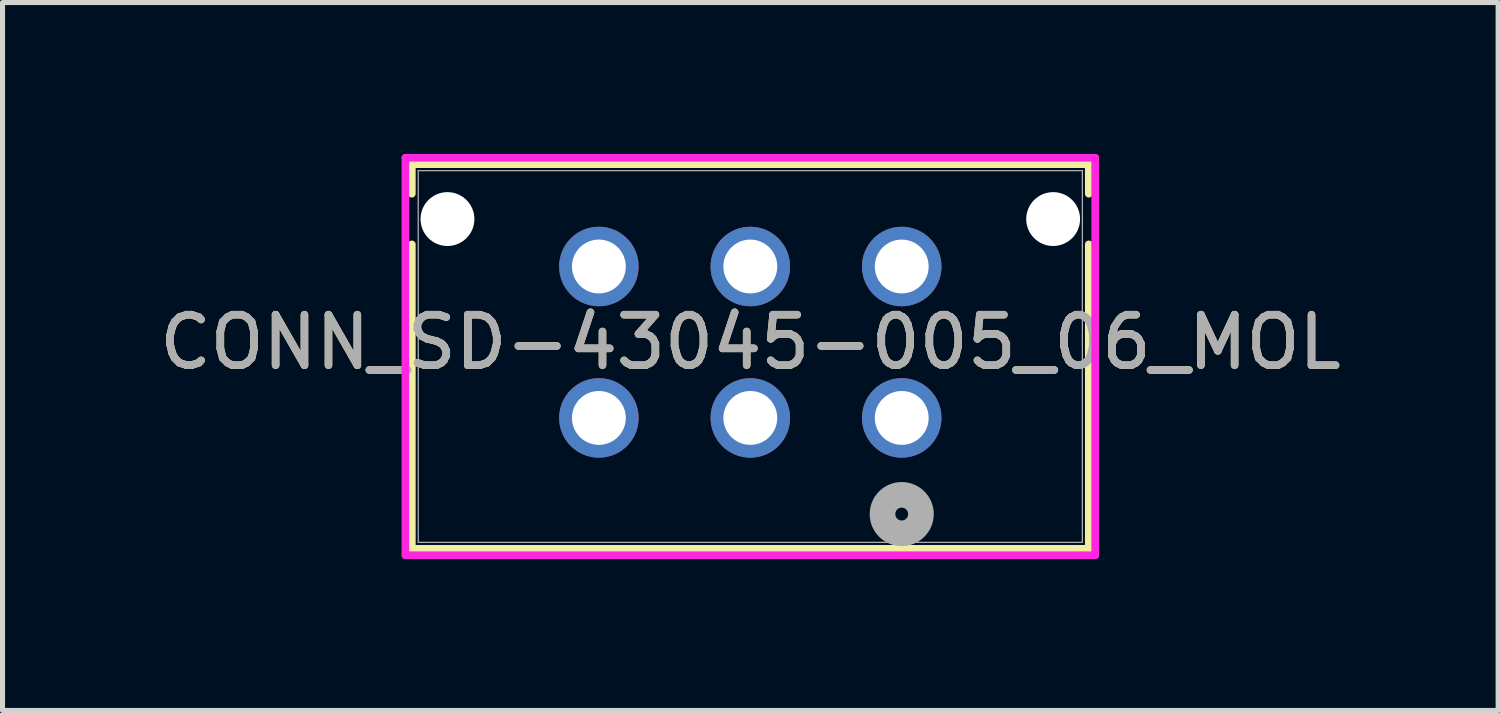
<source format=kicad_pcb>
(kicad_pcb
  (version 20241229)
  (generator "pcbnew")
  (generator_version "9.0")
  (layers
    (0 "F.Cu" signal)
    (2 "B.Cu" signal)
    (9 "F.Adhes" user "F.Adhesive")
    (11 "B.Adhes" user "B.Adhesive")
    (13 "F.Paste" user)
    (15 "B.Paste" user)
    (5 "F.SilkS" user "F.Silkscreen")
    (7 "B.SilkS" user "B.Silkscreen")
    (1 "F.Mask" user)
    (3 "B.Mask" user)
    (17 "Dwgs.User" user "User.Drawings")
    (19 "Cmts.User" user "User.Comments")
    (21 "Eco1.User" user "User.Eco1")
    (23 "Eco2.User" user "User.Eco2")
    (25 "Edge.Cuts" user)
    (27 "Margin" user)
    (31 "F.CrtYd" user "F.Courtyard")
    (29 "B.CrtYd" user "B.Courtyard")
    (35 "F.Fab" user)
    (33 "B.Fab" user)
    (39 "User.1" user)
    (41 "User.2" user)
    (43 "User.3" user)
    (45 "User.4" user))
  (footprint "CONN_SD-43045-005_06_MOL"
    (layer "F.Cu")
    (at 14.815 5.23)
    (property "Reference" "CONN_SD-43045-005_06_MOL" (at -3 -1.5 0) (unlocked yes) (layer "F.SilkS") (effects (font (size 1 1) (thickness 0.15))))
    (attr through_hole)
    (fp_line (start -9.706 -5.027) (end -9.706 -4.442) (stroke (width 0.152) (type solid)) (layer "F.SilkS"))
    (fp_line (start -9.706 -3.438) (end -9.706 2.593) (stroke (width 0.152) (type solid)) (layer "F.SilkS"))
    (fp_line (start -9.706 2.593) (end 3.706 2.593) (stroke (width 0.152) (type solid)) (layer "F.SilkS"))
    (fp_line (start 3.706 -5.027) (end -9.706 -5.027) (stroke (width 0.152) (type solid)) (layer "F.SilkS"))
    (fp_line (start 3.706 -4.442) (end 3.706 -5.027) (stroke (width 0.152) (type solid)) (layer "F.SilkS"))
    (fp_line (start 3.706 2.593) (end 3.706 -3.438) (stroke (width 0.152) (type solid)) (layer "F.SilkS"))
    (fp_line (start -9.833 -5.154) (end -9.833 2.72) (stroke (width 0.152) (type solid)) (layer "F.CrtYd"))
    (fp_line (start -9.833 2.72) (end 3.833 2.72) (stroke (width 0.152) (type solid)) (layer "F.CrtYd"))
    (fp_line (start 3.833 -5.154) (end -9.833 -5.154) (stroke (width 0.152) (type solid)) (layer "F.CrtYd"))
    (fp_line (start 3.833 2.72) (end 3.833 -5.154) (stroke (width 0.152) (type solid)) (layer "F.CrtYd"))
    (fp_line (start -9.579 -4.9) (end -9.579 2.466) (stroke (width 0.025) (type solid)) (layer "F.Fab"))
    (fp_line (start -9.579 2.466) (end 3.579 2.466) (stroke (width 0.025) (type solid)) (layer "F.Fab"))
    (fp_line (start 3.579 -4.9) (end -9.579 -4.9) (stroke (width 0.025) (type solid)) (layer "F.Fab"))
    (fp_line (start 3.579 2.466) (end 3.579 -4.9) (stroke (width 0.025) (type solid)) (layer "F.Fab"))
    (fp_circle (center 0 1.905) (end 0.381 1.905) (stroke (width 0.508) (type solid)) (fill no) (layer "F.Fab"))
    (fp_text user "${REFERENCE}" (at -3 -1.5 0) (unlocked yes) (layer "F.Fab") (effects (font (size 1 1) (thickness 0.15))))
    (pad "" np_thru_hole circle (at -9 -3.94) (size 1.067 1.067) (drill 1.067) (layers "*.Cu" "*.Mask"))
    (pad "" np_thru_hole circle (at 3 -3.94) (size 1.067 1.067) (drill 1.067) (layers "*.Cu" "*.Mask"))
    (pad "1" thru_hole circle (at 0 0) (size 1.575 1.575) (drill 1.067) (layers "*.Cu" "*.Mask"))
    (pad "2" thru_hole circle (at -3 0) (size 1.575 1.575) (drill 1.067) (layers "*.Cu" "*.Mask"))
    (pad "3" thru_hole circle (at -6 0) (size 1.575 1.575) (drill 1.067) (layers "*.Cu" "*.Mask"))
    (pad "4" thru_hole circle (at 0 -3) (size 1.575 1.575) (drill 1.067) (layers "*.Cu" "*.Mask"))
    (pad "5" thru_hole circle (at -3 -3) (size 1.575 1.575) (drill 1.067) (layers "*.Cu" "*.Mask"))
    (pad "6" thru_hole circle (at -6 -3) (size 1.575 1.575) (drill 1.067) (layers "*.Cu" "*.Mask")))
  (gr_rect
    (start -3 -3)
    (end 26.631 11.026)
    (stroke (width 0.1) (type default))
    (fill no)
    (layer "Edge.Cuts")))
</source>
